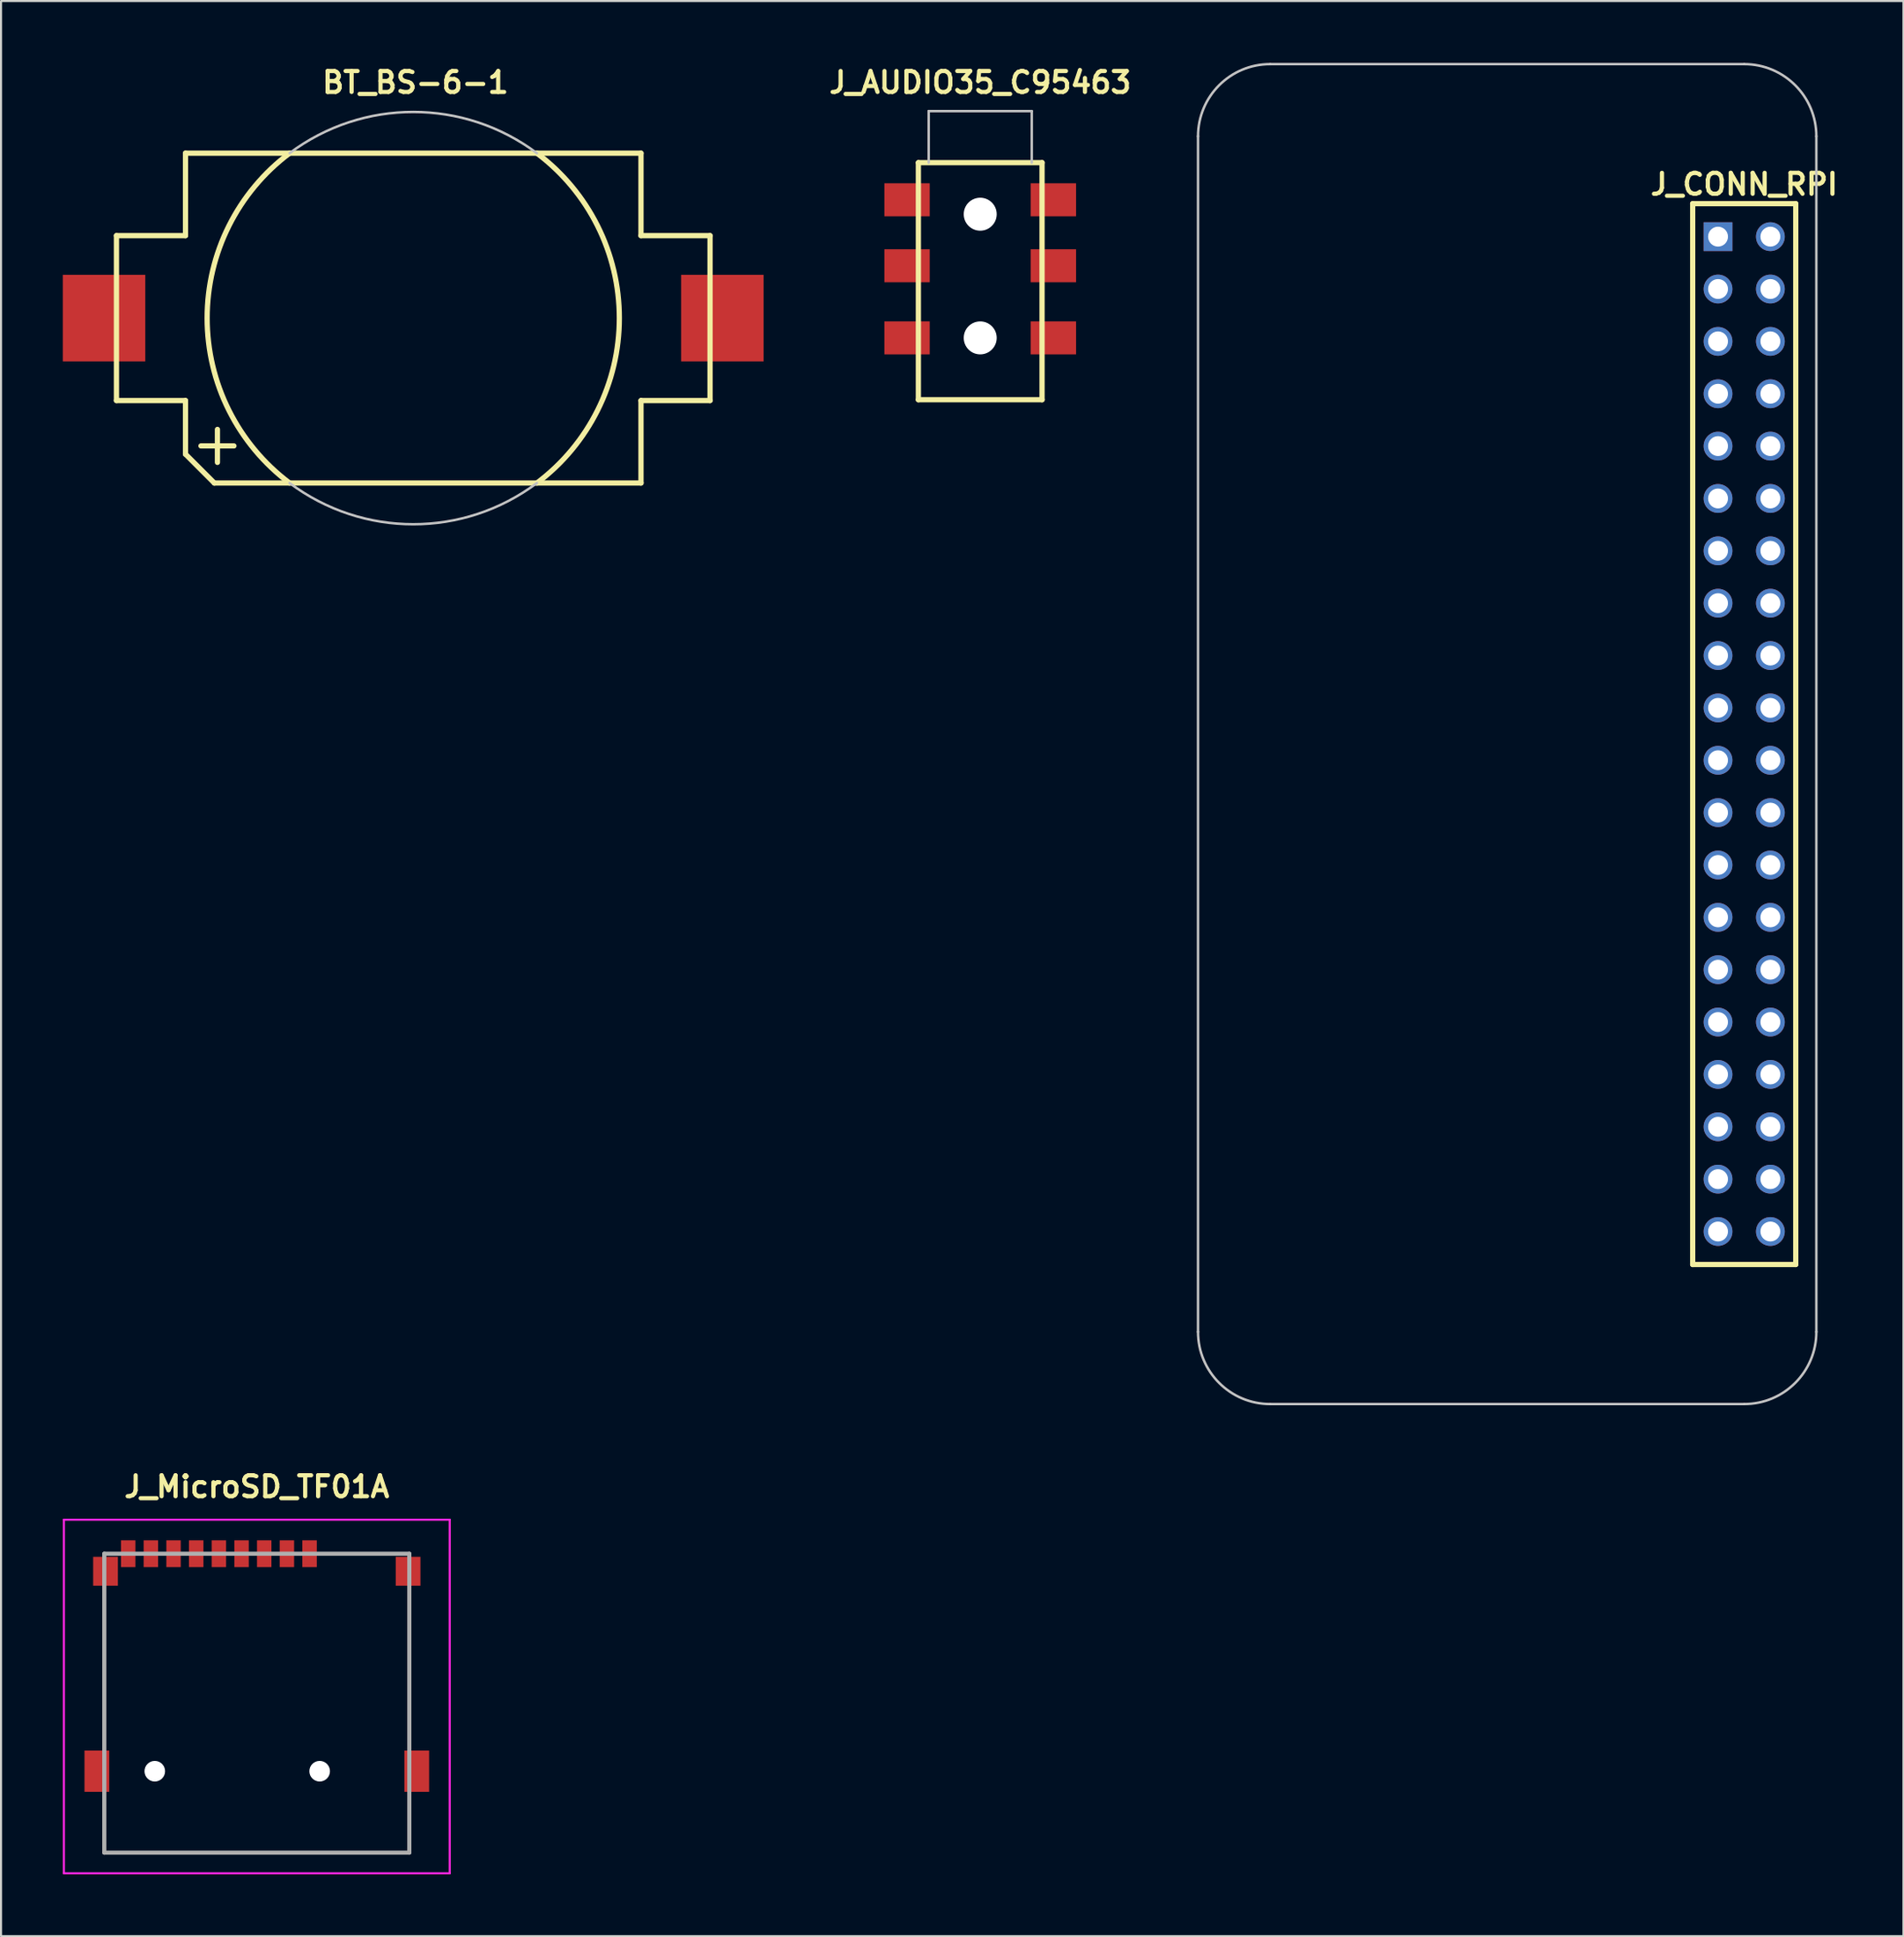
<source format=kicad_pcb>
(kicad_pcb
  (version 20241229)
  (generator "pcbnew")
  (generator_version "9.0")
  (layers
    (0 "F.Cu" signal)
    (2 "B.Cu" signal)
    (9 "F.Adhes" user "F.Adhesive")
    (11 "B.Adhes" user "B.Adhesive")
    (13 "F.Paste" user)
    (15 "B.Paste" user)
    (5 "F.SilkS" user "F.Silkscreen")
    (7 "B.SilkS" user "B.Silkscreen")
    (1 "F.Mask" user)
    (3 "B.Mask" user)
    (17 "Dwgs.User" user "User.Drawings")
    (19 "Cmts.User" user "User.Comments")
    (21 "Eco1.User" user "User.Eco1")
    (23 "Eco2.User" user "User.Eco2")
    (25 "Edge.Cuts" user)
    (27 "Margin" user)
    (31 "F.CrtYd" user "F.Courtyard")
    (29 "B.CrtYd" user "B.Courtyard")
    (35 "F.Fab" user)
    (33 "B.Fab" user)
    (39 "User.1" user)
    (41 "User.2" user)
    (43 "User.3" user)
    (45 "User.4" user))
  (footprint "J_MicroSD_TF01A"
    (layer "F.Cu")
    (at 9.41 79.571)
    (property "Reference" "J_MicroSD_TF01A" (at 0 -10.5 0) (layer "F.SilkS") (effects (font (size 1.016 1.016) (thickness 0.203))))
    (property "Value" "${VALUE}" (at 0 9.5 0) (layer "F.SilkS") (hide yes) (effects (font (size 1.016 1.016) (thickness 0.203))))
    (attr through_hole)
    (fp_line (start -7.4 -5) (end -7.4 1.5) (stroke (width 0.1) (type solid)) (layer "F.SilkS"))
    (fp_line (start -7.4 5) (end -7.4 7.25) (stroke (width 0.1) (type solid)) (layer "F.SilkS"))
    (fp_line (start -7.4 7.25) (end 7.4 7.25) (stroke (width 0.1) (type solid)) (layer "F.SilkS"))
    (fp_line (start 3.5 -7.25) (end 6.5 -7.25) (stroke (width 0.1) (type solid)) (layer "F.SilkS"))
    (fp_line (start 7.4 1.5) (end 7.4 -5) (stroke (width 0.1) (type solid)) (layer "F.SilkS"))
    (fp_line (start 7.4 7.25) (end 7.4 5.5) (stroke (width 0.1) (type solid)) (layer "F.SilkS"))
    (fp_line (start -9.36 -8.9) (end 9.36 -8.9) (stroke (width 0.1) (type solid)) (layer "F.CrtYd"))
    (fp_line (start -9.36 8.25) (end -9.36 -8.9) (stroke (width 0.1) (type solid)) (layer "F.CrtYd"))
    (fp_line (start 9.36 -8.9) (end 9.36 8.25) (stroke (width 0.1) (type solid)) (layer "F.CrtYd"))
    (fp_line (start 9.36 8.25) (end -9.36 8.25) (stroke (width 0.1) (type solid)) (layer "F.CrtYd"))
    (fp_line (start -7.4 -7.25) (end 7.4 -7.25) (stroke (width 0.2) (type solid)) (layer "F.Fab"))
    (fp_line (start -7.4 7.25) (end -7.4 -7.25) (stroke (width 0.2) (type solid)) (layer "F.Fab"))
    (fp_line (start 7.4 -7.25) (end 7.4 7.25) (stroke (width 0.2) (type solid)) (layer "F.Fab"))
    (fp_line (start 7.4 7.25) (end -7.4 7.25) (stroke (width 0.2) (type solid)) (layer "F.Fab"))
    (pad "" np_thru_hole circle (at -4.95 3.3) (size 1 1) (drill 1) (layers "*.Cu" "*.Mask"))
    (pad "" np_thru_hole circle (at 3.05 3.3) (size 1 1) (drill 1) (layers "*.Cu" "*.Mask"))
    (pad "1" smd rect (at 2.56 -7.25) (size 0.7 1.3) (layers "F.Cu" "F.Mask" "F.Paste"))
    (pad "2" smd rect (at 1.46 -7.25) (size 0.7 1.3) (layers "F.Cu" "F.Mask" "F.Paste"))
    (pad "3" smd rect (at 0.36 -7.25) (size 0.7 1.3) (layers "F.Cu" "F.Mask" "F.Paste"))
    (pad "4" smd rect (at -0.74 -7.25) (size 0.7 1.3) (layers "F.Cu" "F.Mask" "F.Paste"))
    (pad "5" smd rect (at -1.84 -7.25) (size 0.7 1.3) (layers "F.Cu" "F.Mask" "F.Paste"))
    (pad "6" smd rect (at -2.94 -7.25) (size 0.7 1.3) (layers "F.Cu" "F.Mask" "F.Paste"))
    (pad "7" smd rect (at -4.04 -7.25) (size 0.7 1.3) (layers "F.Cu" "F.Mask" "F.Paste"))
    (pad "8" smd rect (at -5.14 -7.25) (size 0.7 1.3) (layers "F.Cu" "F.Mask" "F.Paste"))
    (pad "9" smd rect (at -6.24 -7.25) (size 0.7 1.3) (layers "F.Cu" "F.Mask" "F.Paste"))
    (pad "S1" smd rect (at -7.34 -6.4) (size 1.2 1.4) (layers "F.Cu" "F.Mask" "F.Paste"))
    (pad "S2" smd rect (at 7.34 -6.4) (size 1.2 1.4) (layers "F.Cu" "F.Mask" "F.Paste"))
    (pad "S3" smd rect (at -7.76 3.3) (size 1.2 2) (layers "F.Cu" "F.Mask" "F.Paste"))
    (pad "S4" smd rect (at 7.76 3.3) (size 1.2 2) (layers "F.Cu" "F.Mask" "F.Paste")))
  (footprint "BT_BS-6-1"
    (layer "F.Cu")
    (at 2.5 12.381)
    (property "Reference" "BT_BS-6-1" (at 14.605 -11.43 0) (layer "F.SilkS") (effects (font (size 1.016 1.016) (thickness 0.203))))
    (property "Value" "${VALUE}" (at 14.605 11.43 0) (layer "F.SilkS") (hide yes) (effects (font (size 1.016 0.914) (thickness 0.203) (italic yes))))
    (attr through_hole)
    (fp_line (start 0.1 -4) (end 0.1 4) (stroke (width 0.254) (type solid)) (layer "F.SilkS"))
    (fp_line (start 0.1 -4) (end 3.45 -4) (stroke (width 0.254) (type solid)) (layer "F.SilkS"))
    (fp_line (start 0.1 4) (end 3.45 4) (stroke (width 0.254) (type solid)) (layer "F.SilkS"))
    (fp_line (start 3.45 -8) (end 3.45 -4) (stroke (width 0.254) (type solid)) (layer "F.SilkS"))
    (fp_line (start 3.45 -8) (end 25.55 -8) (stroke (width 0.254) (type solid)) (layer "F.SilkS"))
    (fp_line (start 3.45 6.6) (end 3.45 4) (stroke (width 0.254) (type solid)) (layer "F.SilkS"))
    (fp_line (start 3.45 6.6) (end 4.85 8) (stroke (width 0.254) (type solid)) (layer "F.SilkS"))
    (fp_line (start 4.2 6.2) (end 5.8 6.2) (stroke (width 0.254) (type solid)) (layer "F.SilkS"))
    (fp_line (start 4.85 8) (end 25.55 8) (stroke (width 0.254) (type solid)) (layer "F.SilkS"))
    (fp_line (start 5 5.4) (end 5 7) (stroke (width 0.254) (type solid)) (layer "F.SilkS"))
    (fp_line (start 25.55 -8) (end 25.55 -4) (stroke (width 0.254) (type solid)) (layer "F.SilkS"))
    (fp_line (start 25.55 4) (end 25.55 8) (stroke (width 0.254) (type solid)) (layer "F.SilkS"))
    (fp_line (start 28.9 -4) (end 25.55 -4) (stroke (width 0.254) (type solid)) (layer "F.SilkS"))
    (fp_line (start 28.9 4) (end 25.55 4) (stroke (width 0.254) (type solid)) (layer "F.SilkS"))
    (fp_line (start 28.9 4) (end 28.9 -4) (stroke (width 0.254) (type solid)) (layer "F.SilkS"))
    (fp_arc (start 8.500001 8) (mid 4.500001 0.000001) (end 8.5 -7.999999) (stroke (width 0.254) (type solid)) (layer "F.SilkS"))
    (fp_arc (start 20.499999 -8) (mid 24.499999 -0.000001) (end 20.5 7.999999) (stroke (width 0.254) (type solid)) (layer "F.SilkS"))
    (fp_arc (start 8.5 -7.999999) (mid 14.499999 -9.999999) (end 20.499999 -8) (stroke (width 0.12) (type solid)) (layer "Dwgs.User"))
    (fp_arc (start 20.5 7.999999) (mid 14.500001 9.999999) (end 8.500001 8) (stroke (width 0.12) (type solid)) (layer "Dwgs.User"))
    (pad "1" smd rect (at -0.5 0) (size 4 4.2) (layers "F.Cu" "F.Mask" "F.Paste"))
    (pad "2" smd rect (at 29.5 0) (size 4 4.2) (layers "F.Cu" "F.Mask" "F.Paste")))
  (footprint "J_CONN_RPI"
    (layer "F.Cu")
    (at 81.577 32.56)
    (property "Reference" "J_CONN_RPI" (at 0 -26.67 180) (layer "F.SilkS") (effects (font (size 1.016 1.016) (thickness 0.203))))
    (property "Value" "${VALUE}" (at 0 26.67 0) (layer "F.SilkS") (hide yes) (effects (font (size 1.016 1.016) (thickness 0.203))))
    (attr through_hole)
    (fp_line (start -2.5 -25.73) (end -2.5 25.73) (stroke (width 0.254) (type solid)) (layer "F.SilkS"))
    (fp_line (start -2.5 25.73) (end 2.5 25.73) (stroke (width 0.254) (type solid)) (layer "F.SilkS"))
    (fp_line (start 2.5 -25.73) (end -2.5 -25.73) (stroke (width 0.254) (type solid)) (layer "F.SilkS"))
    (fp_line (start 2.5 -25.73) (end 2.5 25.73) (stroke (width 0.254) (type solid)) (layer "F.SilkS"))
    (fp_line (start -26.5 -29) (end -26.5 29) (stroke (width 0.12) (type solid)) (layer "Dwgs.User"))
    (fp_line (start 0 -32.5) (end -23 -32.5) (stroke (width 0.12) (type solid)) (layer "Dwgs.User"))
    (fp_line (start 0 32.5) (end -23 32.5) (stroke (width 0.12) (type solid)) (layer "Dwgs.User"))
    (fp_line (start 3.5 -29) (end 3.5 29) (stroke (width 0.12) (type solid)) (layer "Dwgs.User"))
    (fp_arc (start -26.5 -29) (mid -25.474874 -31.474874) (end -23 -32.5) (stroke (width 0.12) (type solid)) (layer "Dwgs.User"))
    (fp_arc (start -23 32.5) (mid -25.474874 31.474874) (end -26.5 29) (stroke (width 0.12) (type solid)) (layer "Dwgs.User"))
    (fp_arc (start 0 -32.5) (mid 2.474874 -31.474874) (end 3.5 -29) (stroke (width 0.12) (type solid)) (layer "Dwgs.User"))
    (fp_arc (start 3.5 29) (mid 2.474874 31.474874) (end 0 32.5) (stroke (width 0.12) (type solid)) (layer "Dwgs.User"))
    (pad "1" thru_hole rect (at -1.27 -24.13) (size 1.397 1.397) (drill 0.965) (layers "*.Cu" "*.Mask"))
    (pad "2" thru_hole circle (at 1.27 -24.13) (size 1.397 1.397) (drill 0.965) (layers "*.Cu" "*.Mask"))
    (pad "3" thru_hole circle (at -1.27 -21.59) (size 1.397 1.397) (drill 0.965) (layers "*.Cu" "*.Mask"))
    (pad "4" thru_hole circle (at 1.27 -21.59) (size 1.397 1.397) (drill 0.965) (layers "*.Cu" "*.Mask"))
    (pad "5" thru_hole circle (at -1.27 -19.05) (size 1.397 1.397) (drill 0.965) (layers "*.Cu" "*.Mask"))
    (pad "6" thru_hole circle (at 1.27 -19.05) (size 1.397 1.397) (drill 0.965) (layers "*.Cu" "*.Mask"))
    (pad "7" thru_hole circle (at -1.27 -16.51) (size 1.397 1.397) (drill 0.965) (layers "*.Cu" "*.Mask"))
    (pad "8" thru_hole circle (at 1.27 -16.51) (size 1.397 1.397) (drill 0.965) (layers "*.Cu" "*.Mask"))
    (pad "9" thru_hole circle (at -1.27 -13.97) (size 1.397 1.397) (drill 0.965) (layers "*.Cu" "*.Mask"))
    (pad "10" thru_hole circle (at 1.27 -13.97) (size 1.397 1.397) (drill 0.965) (layers "*.Cu" "*.Mask"))
    (pad "11" thru_hole circle (at -1.27 -11.43) (size 1.397 1.397) (drill 0.965) (layers "*.Cu" "*.Mask"))
    (pad "12" thru_hole circle (at 1.27 -11.43) (size 1.397 1.397) (drill 0.965) (layers "*.Cu" "*.Mask"))
    (pad "13" thru_hole circle (at -1.27 -8.89) (size 1.397 1.397) (drill 0.965) (layers "*.Cu" "*.Mask"))
    (pad "14" thru_hole circle (at 1.27 -8.89) (size 1.397 1.397) (drill 0.965) (layers "*.Cu" "*.Mask"))
    (pad "15" thru_hole circle (at -1.27 -6.35) (size 1.397 1.397) (drill 0.965) (layers "*.Cu" "*.Mask"))
    (pad "16" thru_hole circle (at 1.27 -6.35) (size 1.397 1.397) (drill 0.965) (layers "*.Cu" "*.Mask"))
    (pad "17" thru_hole circle (at -1.27 -3.81) (size 1.397 1.397) (drill 0.965) (layers "*.Cu" "*.Mask"))
    (pad "18" thru_hole circle (at 1.27 -3.81) (size 1.397 1.397) (drill 0.965) (layers "*.Cu" "*.Mask"))
    (pad "19" thru_hole circle (at -1.27 -1.27) (size 1.397 1.397) (drill 0.965) (layers "*.Cu" "*.Mask"))
    (pad "20" thru_hole circle (at 1.27 -1.27) (size 1.397 1.397) (drill 0.965) (layers "*.Cu" "*.Mask"))
    (pad "21" thru_hole circle (at -1.27 1.27) (size 1.397 1.397) (drill 0.965) (layers "*.Cu" "*.Mask"))
    (pad "22" thru_hole circle (at 1.27 1.27) (size 1.397 1.397) (drill 0.965) (layers "*.Cu" "*.Mask"))
    (pad "23" thru_hole circle (at -1.27 3.81) (size 1.397 1.397) (drill 0.965) (layers "*.Cu" "*.Mask"))
    (pad "24" thru_hole circle (at 1.27 3.81) (size 1.397 1.397) (drill 0.965) (layers "*.Cu" "*.Mask"))
    (pad "25" thru_hole circle (at -1.27 6.35) (size 1.397 1.397) (drill 0.965) (layers "*.Cu" "*.Mask"))
    (pad "26" thru_hole circle (at 1.27 6.35) (size 1.397 1.397) (drill 0.965) (layers "*.Cu" "*.Mask"))
    (pad "27" thru_hole circle (at -1.27 8.89) (size 1.397 1.397) (drill 0.965) (layers "*.Cu" "*.Mask"))
    (pad "28" thru_hole circle (at 1.27 8.89) (size 1.397 1.397) (drill 0.965) (layers "*.Cu" "*.Mask"))
    (pad "29" thru_hole circle (at -1.27 11.43) (size 1.397 1.397) (drill 0.965) (layers "*.Cu" "*.Mask"))
    (pad "30" thru_hole circle (at 1.27 11.43) (size 1.397 1.397) (drill 0.965) (layers "*.Cu" "*.Mask"))
    (pad "31" thru_hole circle (at -1.27 13.97) (size 1.397 1.397) (drill 0.965) (layers "*.Cu" "*.Mask"))
    (pad "32" thru_hole circle (at 1.27 13.97) (size 1.397 1.397) (drill 0.965) (layers "*.Cu" "*.Mask"))
    (pad "33" thru_hole circle (at -1.27 16.51) (size 1.397 1.397) (drill 0.965) (layers "*.Cu" "*.Mask"))
    (pad "34" thru_hole circle (at 1.27 16.51) (size 1.397 1.397) (drill 0.965) (layers "*.Cu" "*.Mask"))
    (pad "35" thru_hole circle (at -1.27 19.05) (size 1.397 1.397) (drill 0.965) (layers "*.Cu" "*.Mask"))
    (pad "36" thru_hole circle (at 1.27 19.05) (size 1.397 1.397) (drill 0.965) (layers "*.Cu" "*.Mask"))
    (pad "37" thru_hole circle (at -1.27 21.59) (size 1.397 1.397) (drill 0.965) (layers "*.Cu" "*.Mask"))
    (pad "38" thru_hole circle (at 1.27 21.59) (size 1.397 1.397) (drill 0.965) (layers "*.Cu" "*.Mask"))
    (pad "39" thru_hole circle (at -1.27 24.13) (size 1.397 1.397) (drill 0.965) (layers "*.Cu" "*.Mask"))
    (pad "40" thru_hole circle (at 1.27 24.13) (size 1.397 1.397) (drill 0.965) (layers "*.Cu" "*.Mask")))
  (footprint "J_AUDIO35_C95463"
    (layer "F.Cu")
    (at 44.509 9.841)
    (property "Reference" "J_AUDIO35_C95463" (at 0 -8.89 180) (layer "F.SilkS") (effects (font (size 1.016 1.016) (thickness 0.203))))
    (property "Value" "${VALUE}" (at 0 8 0) (layer "F.SilkS") (hide yes) (effects (font (size 1.016 0.914) (thickness 0.203) (italic yes))))
    (attr through_hole)
    (fp_line (start -3 -5) (end -3 6.5) (stroke (width 0.254) (type solid)) (layer "F.SilkS"))
    (fp_line (start -3 -5) (end 3 -5) (stroke (width 0.254) (type solid)) (layer "F.SilkS"))
    (fp_line (start -3 6.5) (end 3 6.5) (stroke (width 0.254) (type solid)) (layer "F.SilkS"))
    (fp_line (start 3 -5) (end 3 6.5) (stroke (width 0.254) (type solid)) (layer "F.SilkS"))
    (fp_line (start -2.5 -7.5) (end -2.5 -5) (stroke (width 0.12) (type solid)) (layer "Dwgs.User"))
    (fp_line (start -2.5 -7.5) (end 2.5 -7.5) (stroke (width 0.12) (type solid)) (layer "Dwgs.User"))
    (fp_line (start 2.5 -7.5) (end 2.5 -5) (stroke (width 0.12) (type solid)) (layer "Dwgs.User"))
    (pad "" np_thru_hole circle (at 0 -2.5) (size 1.6 1.6) (drill 1.6) (layers "*.Cu" "*.Mask"))
    (pad "" np_thru_hole circle (at 0 3.5) (size 1.6 1.6) (drill 1.6) (layers "*.Cu" "*.Mask"))
    (pad "R" smd rect (at -3.55 0) (size 2.2 1.6) (layers "F.Cu" "F.Mask" "F.Paste"))
    (pad "R" smd rect (at 3.55 0) (size 2.2 1.6) (layers "F.Cu" "F.Mask" "F.Paste"))
    (pad "S" smd rect (at -3.55 -3.2) (size 2.2 1.6) (layers "F.Cu" "F.Mask" "F.Paste"))
    (pad "S" smd rect (at 3.55 -3.2) (size 2.2 1.6) (layers "F.Cu" "F.Mask" "F.Paste"))
    (pad "T" smd rect (at -3.55 3.5) (size 2.2 1.6) (layers "F.Cu" "F.Mask" "F.Paste"))
    (pad "T" smd rect (at 3.55 3.5) (size 2.2 1.6) (layers "F.Cu" "F.Mask" "F.Paste")))
  (gr_rect
    (start -3 -3)
    (end 89.304 90.871)
    (stroke (width 0.1) (type default))
    (fill no)
    (layer "Edge.Cuts")))
</source>
